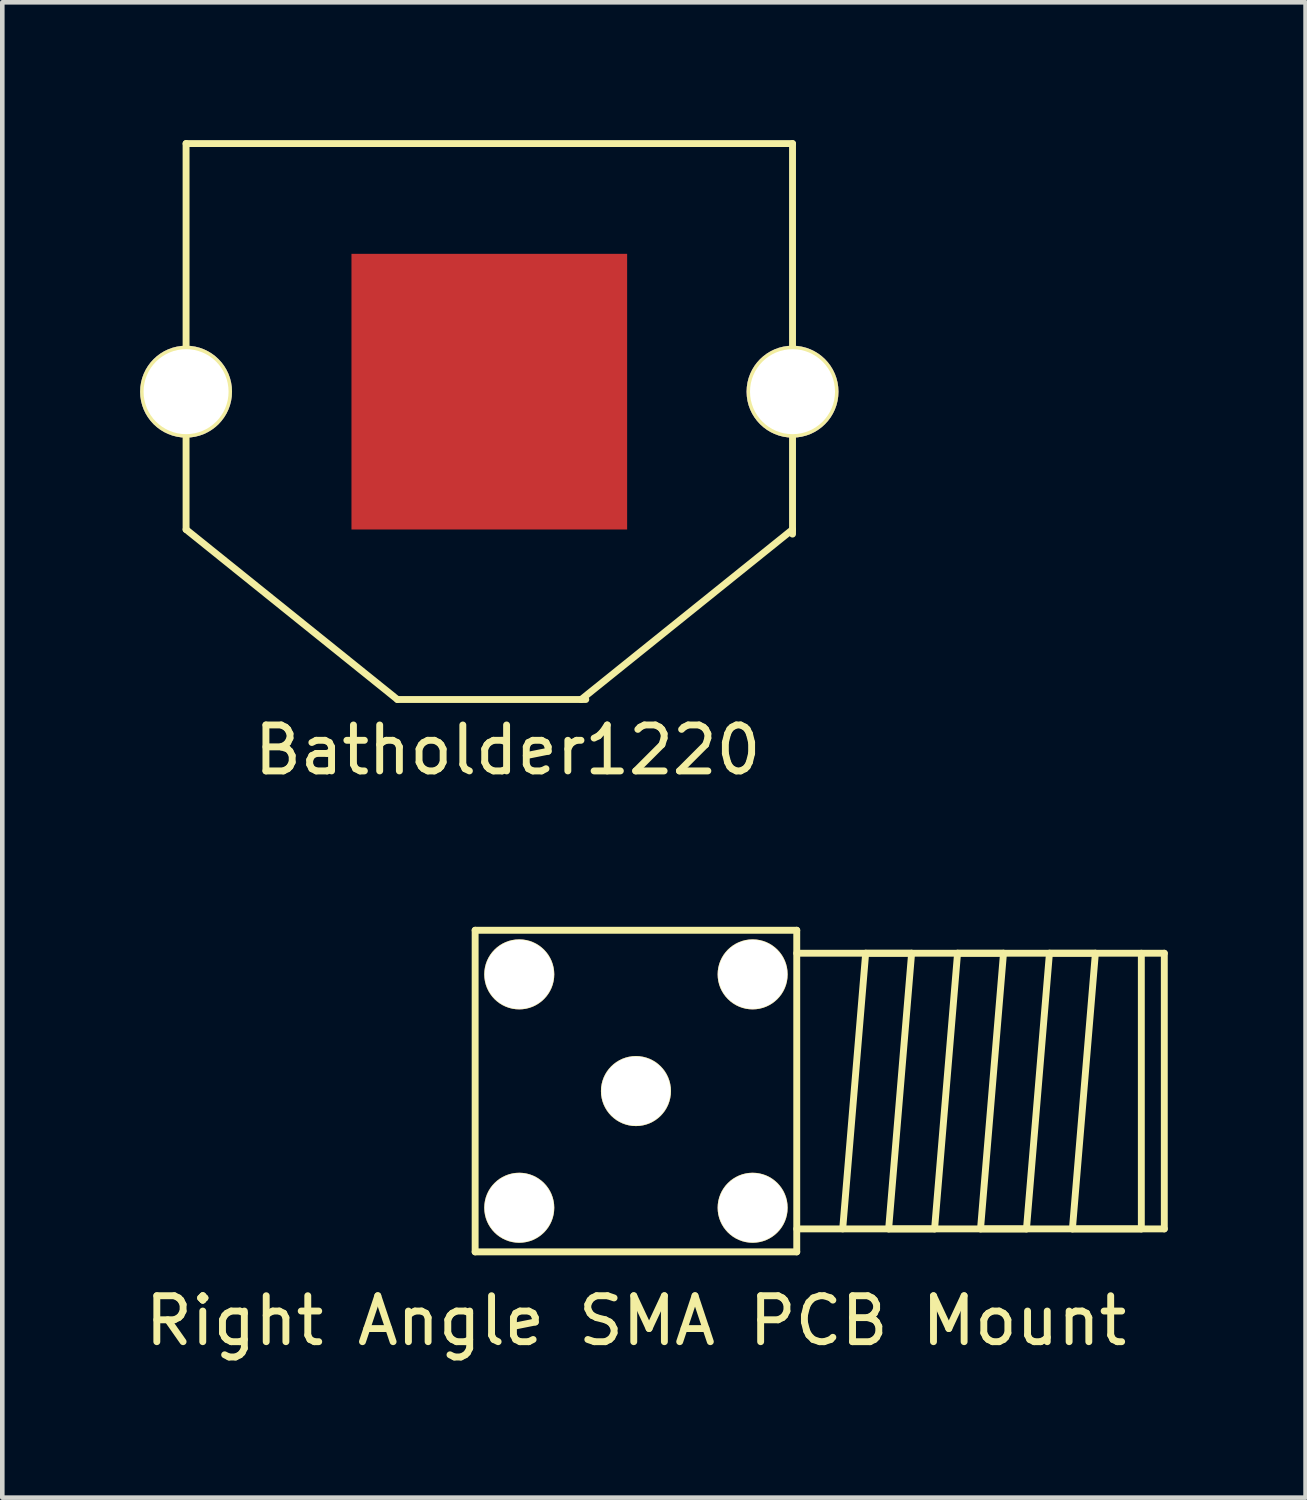
<source format=kicad_pcb>
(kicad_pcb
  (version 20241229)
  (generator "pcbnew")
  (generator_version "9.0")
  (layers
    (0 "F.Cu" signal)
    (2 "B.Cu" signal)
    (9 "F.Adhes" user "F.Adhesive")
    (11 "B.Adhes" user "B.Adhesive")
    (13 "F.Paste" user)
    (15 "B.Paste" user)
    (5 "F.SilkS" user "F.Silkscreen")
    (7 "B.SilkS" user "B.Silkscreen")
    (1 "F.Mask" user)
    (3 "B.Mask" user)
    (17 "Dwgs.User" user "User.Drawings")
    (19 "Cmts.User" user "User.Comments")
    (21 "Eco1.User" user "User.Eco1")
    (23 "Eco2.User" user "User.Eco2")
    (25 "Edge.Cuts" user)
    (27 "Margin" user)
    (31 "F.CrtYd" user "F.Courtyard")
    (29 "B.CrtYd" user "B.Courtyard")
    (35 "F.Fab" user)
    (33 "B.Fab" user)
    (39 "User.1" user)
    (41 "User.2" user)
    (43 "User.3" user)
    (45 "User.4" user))
  (footprint "Right Angle SMA PCB Mount"
    (layer "F.Cu")
    (at 10.792 20.698)
    (property "Reference" "Right Angle SMA PCB Mount" (at 0 5 0) (layer "F.SilkS") (effects (font (size 1 1) (thickness 0.15))))
    (attr through_hole)
    (fp_line (start -3.5 -3.5) (end -3.5 3.5) (stroke (width 0.15) (type solid)) (layer "F.SilkS"))
    (fp_line (start -3.5 3.5) (end 3.5 3.5) (stroke (width 0.15) (type solid)) (layer "F.SilkS"))
    (fp_line (start 3.5 -3.5) (end -3.5 -3.5) (stroke (width 0.15) (type solid)) (layer "F.SilkS"))
    (fp_line (start 3.5 -3) (end 11.5 -3) (stroke (width 0.15) (type solid)) (layer "F.SilkS"))
    (fp_line (start 3.5 3.5) (end 3.5 -3.5) (stroke (width 0.15) (type solid)) (layer "F.SilkS"))
    (fp_line (start 4.5 3) (end 5 -3) (stroke (width 0.15) (type solid)) (layer "F.SilkS"))
    (fp_line (start 5 -3) (end 6 -3) (stroke (width 0.15) (type solid)) (layer "F.SilkS"))
    (fp_line (start 5.5 3) (end 6.5 3) (stroke (width 0.15) (type solid)) (layer "F.SilkS"))
    (fp_line (start 6 -3) (end 5.5 3) (stroke (width 0.15) (type solid)) (layer "F.SilkS"))
    (fp_line (start 6.5 3) (end 7 -3) (stroke (width 0.15) (type solid)) (layer "F.SilkS"))
    (fp_line (start 7 -3) (end 8 -3) (stroke (width 0.15) (type solid)) (layer "F.SilkS"))
    (fp_line (start 7.5 3) (end 8.5 3) (stroke (width 0.15) (type solid)) (layer "F.SilkS"))
    (fp_line (start 8 -3) (end 7.5 3) (stroke (width 0.15) (type solid)) (layer "F.SilkS"))
    (fp_line (start 8.5 3) (end 9 -3) (stroke (width 0.15) (type solid)) (layer "F.SilkS"))
    (fp_line (start 9 -3) (end 10 -3) (stroke (width 0.15) (type solid)) (layer "F.SilkS"))
    (fp_line (start 9.5 3) (end 11 3) (stroke (width 0.15) (type solid)) (layer "F.SilkS"))
    (fp_line (start 10 -3) (end 9.5 3) (stroke (width 0.15) (type solid)) (layer "F.SilkS"))
    (fp_line (start 11 3) (end 11 -3) (stroke (width 0.15) (type solid)) (layer "F.SilkS"))
    (fp_line (start 11.5 -3) (end 11.5 3) (stroke (width 0.15) (type solid)) (layer "F.SilkS"))
    (fp_line (start 11.5 3) (end 3.5 3) (stroke (width 0.15) (type solid)) (layer "F.SilkS"))
    (pad "1" thru_hole circle (at 0 0) (size 1.524 1.524) (drill 1.5) (layers "*.Cu" "*.Mask" "F.SilkS"))
    (pad "2" thru_hole circle (at -2.54 -2.54) (size 1.524 1.524) (drill 1.5) (layers "*.Cu" "*.Mask" "F.SilkS"))
    (pad "2" thru_hole circle (at -2.54 2.54) (size 1.524 1.524) (drill 1.5) (layers "*.Cu" "*.Mask" "F.SilkS"))
    (pad "2" thru_hole circle (at 2.54 -2.54) (size 1.524 1.524) (drill 1.5) (layers "*.Cu" "*.Mask" "F.SilkS"))
    (pad "2" thru_hole circle (at 2.54 2.54) (size 1.524 1.524) (drill 1.5) (layers "*.Cu" "*.Mask" "F.SilkS")))
  (footprint "Batholder1220"
    (layer "F.Cu")
    (at 7.6 5.475)
    (property "Reference" "Batholder1220" (at 0.4 7.8 0) (layer "F.SilkS") (effects (font (size 1 1) (thickness 0.15))))
    (attr through_hole)
    (fp_line (start -6.6 -5.4) (end 6.6 -5.4) (stroke (width 0.15) (type solid)) (layer "F.SilkS"))
    (fp_line (start -6.6 0) (end -6.6 -5.4) (stroke (width 0.15) (type solid)) (layer "F.SilkS"))
    (fp_line (start -6.6 3) (end -6.6 0) (stroke (width 0.15) (type solid)) (layer "F.SilkS"))
    (fp_line (start -6.6 3) (end -2 6.7) (stroke (width 0.15) (type solid)) (layer "F.SilkS"))
    (fp_line (start -2 6.7) (end 2.1 6.7) (stroke (width 0.15) (type solid)) (layer "F.SilkS"))
    (fp_line (start 2 6.7) (end 6.6 3) (stroke (width 0.15) (type solid)) (layer "F.SilkS"))
    (fp_line (start 6.6 -5.4) (end 6.6 0) (stroke (width 0.15) (type solid)) (layer "F.SilkS"))
    (fp_line (start 6.6 3.1) (end 6.6 0) (stroke (width 0.15) (type solid)) (layer "F.SilkS"))
    (pad "1" thru_hole circle (at -6.6 0) (size 2 2) (drill 1.85) (layers "*.Cu" "*.Mask" "F.SilkS"))
    (pad "1" thru_hole circle (at 6.6 0) (size 2 2) (drill 1.85) (layers "*.Cu" "*.Mask" "F.SilkS"))
    (pad "2" smd rect (at 0 0) (size 6 6) (layers "F.Cu" "F.Mask" "F.Paste")))
  (gr_rect
    (start -3 -3)
    (end 25.367 29.547)
    (stroke (width 0.1) (type default))
    (fill no)
    (layer "Edge.Cuts")))
</source>
